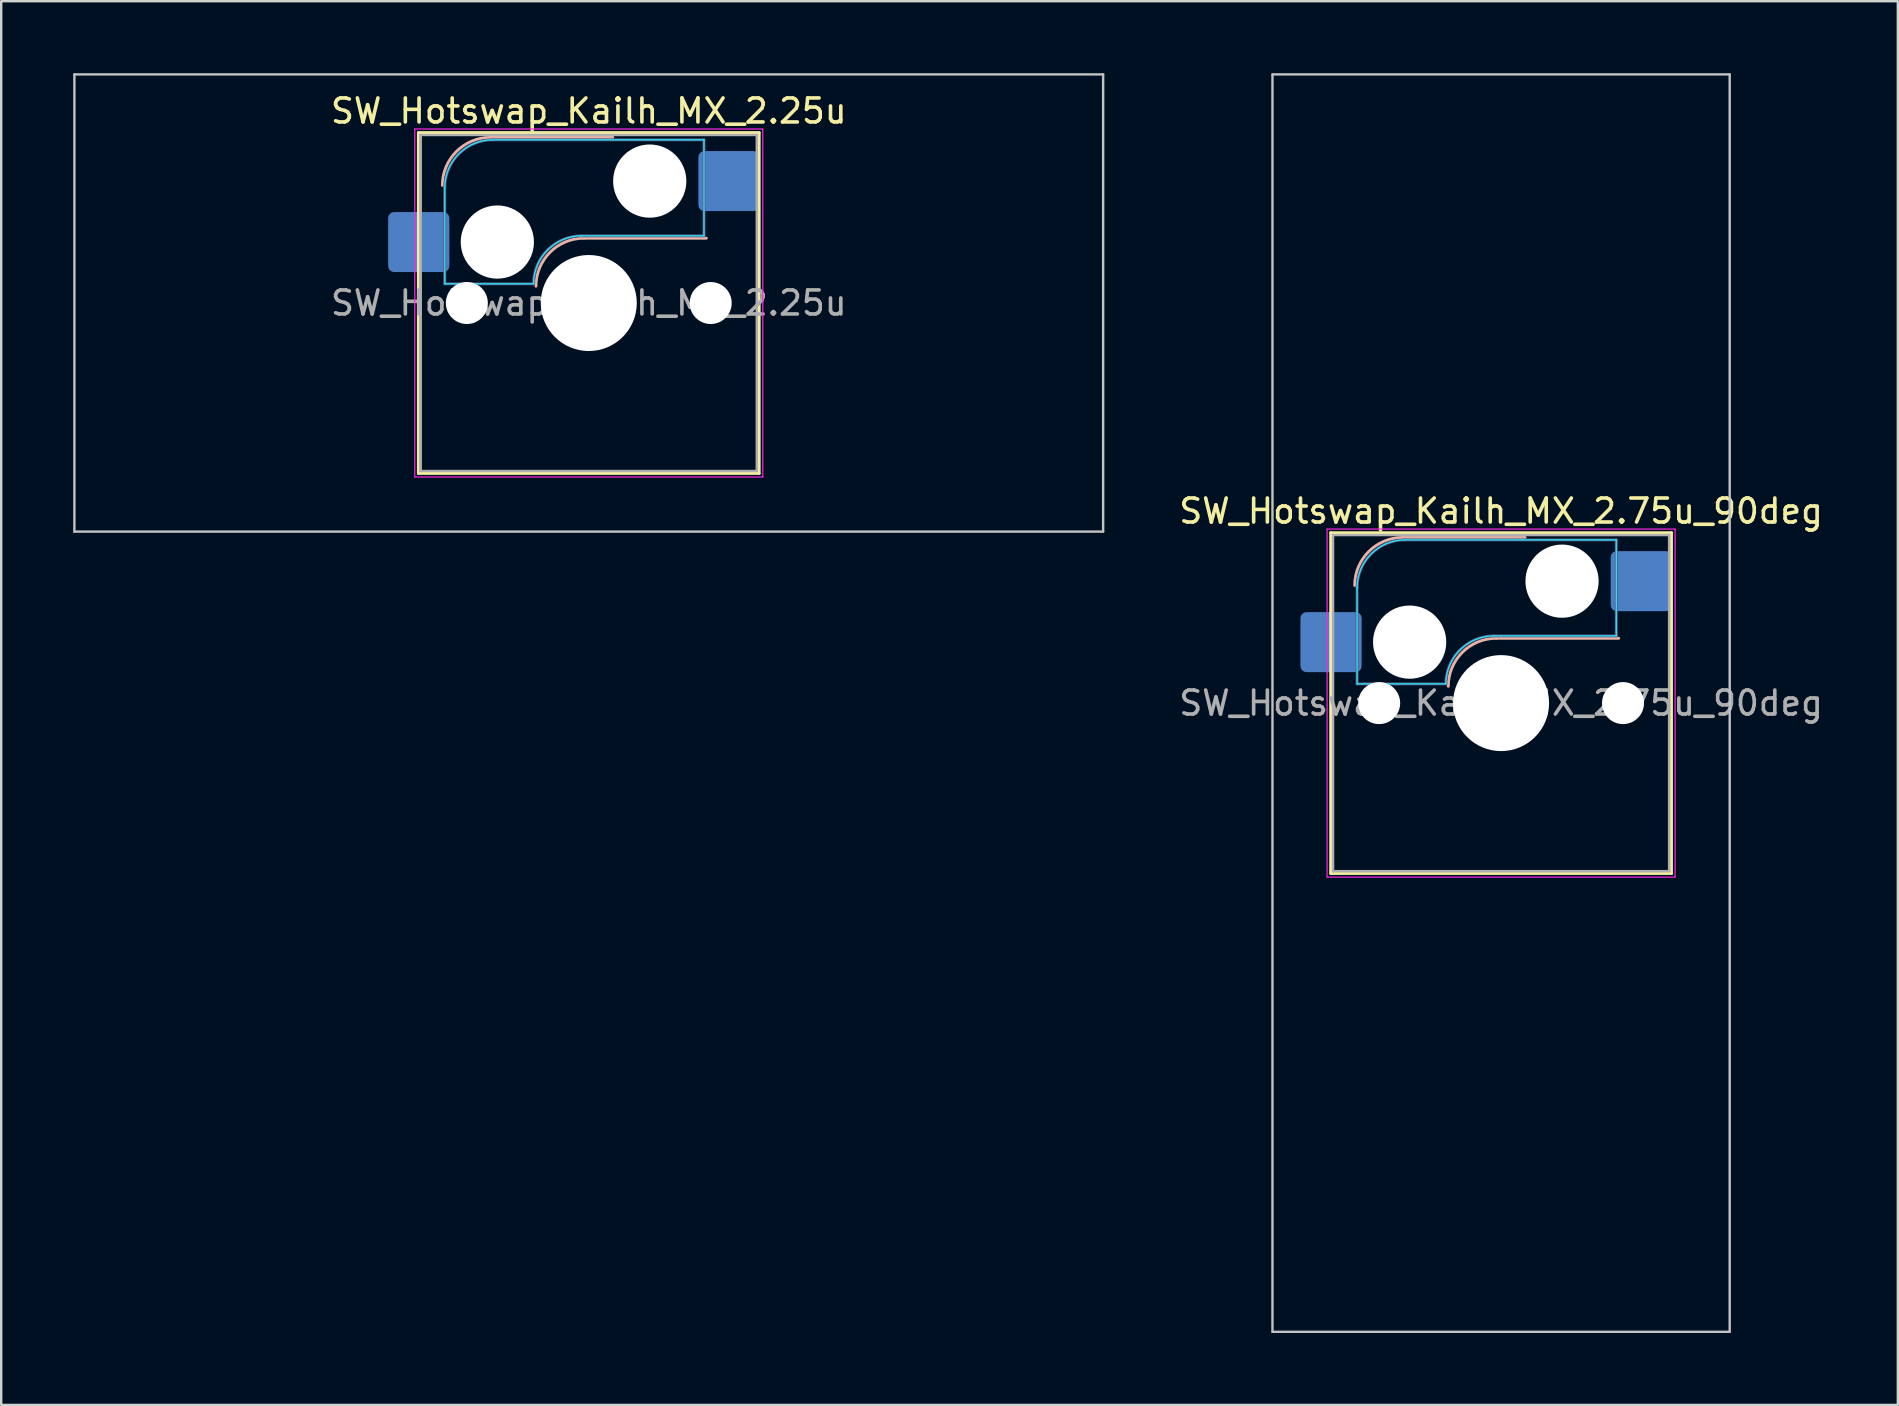
<source format=kicad_pcb>
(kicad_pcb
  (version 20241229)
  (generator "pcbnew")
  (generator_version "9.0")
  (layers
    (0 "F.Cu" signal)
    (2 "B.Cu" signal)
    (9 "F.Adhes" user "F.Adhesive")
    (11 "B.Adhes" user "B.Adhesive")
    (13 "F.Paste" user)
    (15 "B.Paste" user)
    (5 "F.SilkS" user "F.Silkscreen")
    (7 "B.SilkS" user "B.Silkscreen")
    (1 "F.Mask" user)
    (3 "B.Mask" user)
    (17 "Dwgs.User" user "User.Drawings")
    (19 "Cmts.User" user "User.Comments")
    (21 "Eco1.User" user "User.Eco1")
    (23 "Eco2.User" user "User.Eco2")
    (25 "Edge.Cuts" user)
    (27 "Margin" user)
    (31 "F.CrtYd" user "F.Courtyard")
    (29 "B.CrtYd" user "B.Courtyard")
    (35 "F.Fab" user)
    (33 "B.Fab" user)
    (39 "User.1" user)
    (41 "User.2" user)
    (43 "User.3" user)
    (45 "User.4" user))
  (footprint "SW_Hotswap_Kailh_MX_2.75u_90deg"
    (layer "F.Cu")
    (at 59.492 26.244)
    (property "Reference" "SW_Hotswap_Kailh_MX_2.75u_90deg" (at 0 -8 0) (layer "F.SilkS") (effects (font (size 1 1) (thickness 0.15))))
    (attr smd)
    (fp_line (start -7.1 -7.1) (end -7.1 7.1) (stroke (width 0.12) (type solid)) (layer "F.SilkS"))
    (fp_line (start -7.1 7.1) (end 7.1 7.1) (stroke (width 0.12) (type solid)) (layer "F.SilkS"))
    (fp_line (start 7.1 -7.1) (end -7.1 -7.1) (stroke (width 0.12) (type solid)) (layer "F.SilkS"))
    (fp_line (start 7.1 7.1) (end 7.1 -7.1) (stroke (width 0.12) (type solid)) (layer "F.SilkS"))
    (fp_line (start -4.1 -6.9) (end 1 -6.9) (stroke (width 0.12) (type solid)) (layer "B.SilkS"))
    (fp_line (start -0.2 -2.7) (end 4.9 -2.7) (stroke (width 0.12) (type solid)) (layer "B.SilkS"))
    (fp_arc (start -6.1 -4.9) (mid -5.514214 -6.314214) (end -4.1 -6.9) (stroke (width 0.12) (type solid)) (layer "B.SilkS"))
    (fp_arc (start -2.2 -0.7) (mid -1.614214 -2.114214) (end -0.2 -2.7) (stroke (width 0.12) (type solid)) (layer "B.SilkS"))
    (fp_line (start -9.525 -26.194) (end 9.525 -26.194) (stroke (width 0.1) (type solid)) (layer "Dwgs.User"))
    (fp_line (start -9.525 26.194) (end -9.525 -26.194) (stroke (width 0.1) (type solid)) (layer "Dwgs.User"))
    (fp_line (start 9.525 -26.194) (end 9.525 26.194) (stroke (width 0.1) (type solid)) (layer "Dwgs.User"))
    (fp_line (start 9.525 26.194) (end -9.525 26.194) (stroke (width 0.1) (type solid)) (layer "Dwgs.User"))
    (fp_line (start -7.8 -6) (end -7 -6) (stroke (width 0.1) (type solid)) (layer "Eco1.User"))
    (fp_line (start -7.8 -2.9) (end -7.8 -6) (stroke (width 0.1) (type solid)) (layer "Eco1.User"))
    (fp_line (start -7.8 2.9) (end -7 2.9) (stroke (width 0.1) (type solid)) (layer "Eco1.User"))
    (fp_line (start -7.8 6) (end -7.8 2.9) (stroke (width 0.1) (type solid)) (layer "Eco1.User"))
    (fp_line (start -7 -7) (end 7 -7) (stroke (width 0.1) (type solid)) (layer "Eco1.User"))
    (fp_line (start -7 -6) (end -7 -7) (stroke (width 0.1) (type solid)) (layer "Eco1.User"))
    (fp_line (start -7 -2.9) (end -7.8 -2.9) (stroke (width 0.1) (type solid)) (layer "Eco1.User"))
    (fp_line (start -7 2.9) (end -7 -2.9) (stroke (width 0.1) (type solid)) (layer "Eco1.User"))
    (fp_line (start -7 6) (end -7.8 6) (stroke (width 0.1) (type solid)) (layer "Eco1.User"))
    (fp_line (start -7 7) (end -7 6) (stroke (width 0.1) (type solid)) (layer "Eco1.User"))
    (fp_line (start 7 -7) (end 7 -6) (stroke (width 0.1) (type solid)) (layer "Eco1.User"))
    (fp_line (start 7 -6) (end 7.8 -6) (stroke (width 0.1) (type solid)) (layer "Eco1.User"))
    (fp_line (start 7 -2.9) (end 7 2.9) (stroke (width 0.1) (type solid)) (layer "Eco1.User"))
    (fp_line (start 7 2.9) (end 7.8 2.9) (stroke (width 0.1) (type solid)) (layer "Eco1.User"))
    (fp_line (start 7 6) (end 7 7) (stroke (width 0.1) (type solid)) (layer "Eco1.User"))
    (fp_line (start 7 7) (end -7 7) (stroke (width 0.1) (type solid)) (layer "Eco1.User"))
    (fp_line (start 7.8 -6) (end 7.8 -2.9) (stroke (width 0.1) (type solid)) (layer "Eco1.User"))
    (fp_line (start 7.8 -2.9) (end 7 -2.9) (stroke (width 0.1) (type solid)) (layer "Eco1.User"))
    (fp_line (start 7.8 2.9) (end 7.8 6) (stroke (width 0.1) (type solid)) (layer "Eco1.User"))
    (fp_line (start 7.8 6) (end 7 6) (stroke (width 0.1) (type solid)) (layer "Eco1.User"))
    (fp_line (start -6 -0.8) (end -6 -4.8) (stroke (width 0.05) (type solid)) (layer "B.CrtYd"))
    (fp_line (start -6 -0.8) (end -2.3 -0.8) (stroke (width 0.05) (type solid)) (layer "B.CrtYd"))
    (fp_line (start -4 -6.8) (end 4.8 -6.8) (stroke (width 0.05) (type solid)) (layer "B.CrtYd"))
    (fp_line (start -0.3 -2.8) (end 4.8 -2.8) (stroke (width 0.05) (type solid)) (layer "B.CrtYd"))
    (fp_line (start 4.8 -6.8) (end 4.8 -2.8) (stroke (width 0.05) (type solid)) (layer "B.CrtYd"))
    (fp_arc (start -6 -4.8) (mid -5.414214 -6.214214) (end -4 -6.8) (stroke (width 0.05) (type solid)) (layer "B.CrtYd"))
    (fp_arc (start -2.3 -0.8) (mid -1.714214 -2.214214) (end -0.3 -2.8) (stroke (width 0.05) (type solid)) (layer "B.CrtYd"))
    (fp_line (start -7.25 -7.25) (end -7.25 7.25) (stroke (width 0.05) (type solid)) (layer "F.CrtYd"))
    (fp_line (start -7.25 7.25) (end 7.25 7.25) (stroke (width 0.05) (type solid)) (layer "F.CrtYd"))
    (fp_line (start 7.25 -7.25) (end -7.25 -7.25) (stroke (width 0.05) (type solid)) (layer "F.CrtYd"))
    (fp_line (start 7.25 7.25) (end 7.25 -7.25) (stroke (width 0.05) (type solid)) (layer "F.CrtYd"))
    (fp_line (start -6 -0.8) (end -6 -4.8) (stroke (width 0.12) (type solid)) (layer "B.Fab"))
    (fp_line (start -6 -0.8) (end -2.3 -0.8) (stroke (width 0.12) (type solid)) (layer "B.Fab"))
    (fp_line (start -4 -6.8) (end 4.8 -6.8) (stroke (width 0.12) (type solid)) (layer "B.Fab"))
    (fp_line (start -0.3 -2.8) (end 4.8 -2.8) (stroke (width 0.12) (type solid)) (layer "B.Fab"))
    (fp_line (start 4.8 -6.8) (end 4.8 -2.8) (stroke (width 0.12) (type solid)) (layer "B.Fab"))
    (fp_arc (start -6 -4.8) (mid -5.414214 -6.214214) (end -4 -6.8) (stroke (width 0.12) (type solid)) (layer "B.Fab"))
    (fp_arc (start -2.3 -0.8) (mid -1.714214 -2.214214) (end -0.3 -2.8) (stroke (width 0.12) (type solid)) (layer "B.Fab"))
    (fp_line (start -7 -7) (end -7 7) (stroke (width 0.1) (type solid)) (layer "F.Fab"))
    (fp_line (start -7 7) (end 7 7) (stroke (width 0.1) (type solid)) (layer "F.Fab"))
    (fp_line (start 7 -7) (end -7 -7) (stroke (width 0.1) (type solid)) (layer "F.Fab"))
    (fp_line (start 7 7) (end 7 -7) (stroke (width 0.1) (type solid)) (layer "F.Fab"))
    (fp_text user "${REFERENCE}" (at 0 0 0) (layer "F.Fab") (effects (font (size 1 1) (thickness 0.15))))
    (pad "" np_thru_hole circle (at -5.08 0) (size 1.75 1.75) (drill 1.75) (layers "*.Cu" "*.Mask"))
    (pad "" np_thru_hole circle (at -3.81 -2.54) (size 3.05 3.05) (drill 3.05) (layers "*.Cu" "*.Mask"))
    (pad "" np_thru_hole circle (at 0 0) (size 4 4) (drill 4) (layers "*.Cu" "*.Mask"))
    (pad "" np_thru_hole circle (at 2.54 -5.08) (size 3.05 3.05) (drill 3.05) (layers "*.Cu" "*.Mask"))
    (pad "" np_thru_hole circle (at 5.08 0) (size 1.75 1.75) (drill 1.75) (layers "*.Cu" "*.Mask"))
    (pad "1" smd roundrect (at -7.085 -2.54) (size 2.55 2.5) (layers "B.Cu" "B.Mask" "B.Paste") (roundrect_rratio 0.1))
    (pad "2" smd roundrect (at 5.842 -5.08) (size 2.55 2.5) (layers "B.Cu" "B.Mask" "B.Paste") (roundrect_rratio 0.1)))
  (footprint "SW_Hotswap_Kailh_MX_2.25u"
    (layer "F.Cu")
    (at 21.481 9.575)
    (property "Reference" "SW_Hotswap_Kailh_MX_2.25u" (at 0 -8 0) (layer "F.SilkS") (effects (font (size 1 1) (thickness 0.15))))
    (attr smd)
    (fp_line (start -7.1 -7.1) (end -7.1 7.1) (stroke (width 0.12) (type solid)) (layer "F.SilkS"))
    (fp_line (start -7.1 7.1) (end 7.1 7.1) (stroke (width 0.12) (type solid)) (layer "F.SilkS"))
    (fp_line (start 7.1 -7.1) (end -7.1 -7.1) (stroke (width 0.12) (type solid)) (layer "F.SilkS"))
    (fp_line (start 7.1 7.1) (end 7.1 -7.1) (stroke (width 0.12) (type solid)) (layer "F.SilkS"))
    (fp_line (start -4.1 -6.9) (end 1 -6.9) (stroke (width 0.12) (type solid)) (layer "B.SilkS"))
    (fp_line (start -0.2 -2.7) (end 4.9 -2.7) (stroke (width 0.12) (type solid)) (layer "B.SilkS"))
    (fp_arc (start -6.1 -4.9) (mid -5.514214 -6.314214) (end -4.1 -6.9) (stroke (width 0.12) (type solid)) (layer "B.SilkS"))
    (fp_arc (start -2.2 -0.7) (mid -1.614214 -2.114214) (end -0.2 -2.7) (stroke (width 0.12) (type solid)) (layer "B.SilkS"))
    (fp_line (start -21.431 -9.525) (end -21.431 9.525) (stroke (width 0.1) (type solid)) (layer "Dwgs.User"))
    (fp_line (start -21.431 9.525) (end 21.431 9.525) (stroke (width 0.1) (type solid)) (layer "Dwgs.User"))
    (fp_line (start 21.431 -9.525) (end -21.431 -9.525) (stroke (width 0.1) (type solid)) (layer "Dwgs.User"))
    (fp_line (start 21.431 9.525) (end 21.431 -9.525) (stroke (width 0.1) (type solid)) (layer "Dwgs.User"))
    (fp_line (start -7.8 -6) (end -7 -6) (stroke (width 0.1) (type solid)) (layer "Eco1.User"))
    (fp_line (start -7.8 -2.9) (end -7.8 -6) (stroke (width 0.1) (type solid)) (layer "Eco1.User"))
    (fp_line (start -7.8 2.9) (end -7 2.9) (stroke (width 0.1) (type solid)) (layer "Eco1.User"))
    (fp_line (start -7.8 6) (end -7.8 2.9) (stroke (width 0.1) (type solid)) (layer "Eco1.User"))
    (fp_line (start -7 -7) (end 7 -7) (stroke (width 0.1) (type solid)) (layer "Eco1.User"))
    (fp_line (start -7 -6) (end -7 -7) (stroke (width 0.1) (type solid)) (layer "Eco1.User"))
    (fp_line (start -7 -2.9) (end -7.8 -2.9) (stroke (width 0.1) (type solid)) (layer "Eco1.User"))
    (fp_line (start -7 2.9) (end -7 -2.9) (stroke (width 0.1) (type solid)) (layer "Eco1.User"))
    (fp_line (start -7 6) (end -7.8 6) (stroke (width 0.1) (type solid)) (layer "Eco1.User"))
    (fp_line (start -7 7) (end -7 6) (stroke (width 0.1) (type solid)) (layer "Eco1.User"))
    (fp_line (start 7 -7) (end 7 -6) (stroke (width 0.1) (type solid)) (layer "Eco1.User"))
    (fp_line (start 7 -6) (end 7.8 -6) (stroke (width 0.1) (type solid)) (layer "Eco1.User"))
    (fp_line (start 7 -2.9) (end 7 2.9) (stroke (width 0.1) (type solid)) (layer "Eco1.User"))
    (fp_line (start 7 2.9) (end 7.8 2.9) (stroke (width 0.1) (type solid)) (layer "Eco1.User"))
    (fp_line (start 7 6) (end 7 7) (stroke (width 0.1) (type solid)) (layer "Eco1.User"))
    (fp_line (start 7 7) (end -7 7) (stroke (width 0.1) (type solid)) (layer "Eco1.User"))
    (fp_line (start 7.8 -6) (end 7.8 -2.9) (stroke (width 0.1) (type solid)) (layer "Eco1.User"))
    (fp_line (start 7.8 -2.9) (end 7 -2.9) (stroke (width 0.1) (type solid)) (layer "Eco1.User"))
    (fp_line (start 7.8 2.9) (end 7.8 6) (stroke (width 0.1) (type solid)) (layer "Eco1.User"))
    (fp_line (start 7.8 6) (end 7 6) (stroke (width 0.1) (type solid)) (layer "Eco1.User"))
    (fp_line (start -6 -0.8) (end -6 -4.8) (stroke (width 0.05) (type solid)) (layer "B.CrtYd"))
    (fp_line (start -6 -0.8) (end -2.3 -0.8) (stroke (width 0.05) (type solid)) (layer "B.CrtYd"))
    (fp_line (start -4 -6.8) (end 4.8 -6.8) (stroke (width 0.05) (type solid)) (layer "B.CrtYd"))
    (fp_line (start -0.3 -2.8) (end 4.8 -2.8) (stroke (width 0.05) (type solid)) (layer "B.CrtYd"))
    (fp_line (start 4.8 -6.8) (end 4.8 -2.8) (stroke (width 0.05) (type solid)) (layer "B.CrtYd"))
    (fp_arc (start -6 -4.8) (mid -5.414214 -6.214214) (end -4 -6.8) (stroke (width 0.05) (type solid)) (layer "B.CrtYd"))
    (fp_arc (start -2.3 -0.8) (mid -1.714214 -2.214214) (end -0.3 -2.8) (stroke (width 0.05) (type solid)) (layer "B.CrtYd"))
    (fp_line (start -7.25 -7.25) (end -7.25 7.25) (stroke (width 0.05) (type solid)) (layer "F.CrtYd"))
    (fp_line (start -7.25 7.25) (end 7.25 7.25) (stroke (width 0.05) (type solid)) (layer "F.CrtYd"))
    (fp_line (start 7.25 -7.25) (end -7.25 -7.25) (stroke (width 0.05) (type solid)) (layer "F.CrtYd"))
    (fp_line (start 7.25 7.25) (end 7.25 -7.25) (stroke (width 0.05) (type solid)) (layer "F.CrtYd"))
    (fp_line (start -6 -0.8) (end -6 -4.8) (stroke (width 0.12) (type solid)) (layer "B.Fab"))
    (fp_line (start -6 -0.8) (end -2.3 -0.8) (stroke (width 0.12) (type solid)) (layer "B.Fab"))
    (fp_line (start -4 -6.8) (end 4.8 -6.8) (stroke (width 0.12) (type solid)) (layer "B.Fab"))
    (fp_line (start -0.3 -2.8) (end 4.8 -2.8) (stroke (width 0.12) (type solid)) (layer "B.Fab"))
    (fp_line (start 4.8 -6.8) (end 4.8 -2.8) (stroke (width 0.12) (type solid)) (layer "B.Fab"))
    (fp_arc (start -6 -4.8) (mid -5.414214 -6.214214) (end -4 -6.8) (stroke (width 0.12) (type solid)) (layer "B.Fab"))
    (fp_arc (start -2.3 -0.8) (mid -1.714214 -2.214214) (end -0.3 -2.8) (stroke (width 0.12) (type solid)) (layer "B.Fab"))
    (fp_line (start -7 -7) (end -7 7) (stroke (width 0.1) (type solid)) (layer "F.Fab"))
    (fp_line (start -7 7) (end 7 7) (stroke (width 0.1) (type solid)) (layer "F.Fab"))
    (fp_line (start 7 -7) (end -7 -7) (stroke (width 0.1) (type solid)) (layer "F.Fab"))
    (fp_line (start 7 7) (end 7 -7) (stroke (width 0.1) (type solid)) (layer "F.Fab"))
    (fp_text user "${REFERENCE}" (at 0 0 0) (layer "F.Fab") (effects (font (size 1 1) (thickness 0.15))))
    (pad "" np_thru_hole circle (at -5.08 0) (size 1.75 1.75) (drill 1.75) (layers "*.Cu" "*.Mask"))
    (pad "" np_thru_hole circle (at -3.81 -2.54) (size 3.05 3.05) (drill 3.05) (layers "*.Cu" "*.Mask"))
    (pad "" np_thru_hole circle (at 0 0) (size 4 4) (drill 4) (layers "*.Cu" "*.Mask"))
    (pad "" np_thru_hole circle (at 2.54 -5.08) (size 3.05 3.05) (drill 3.05) (layers "*.Cu" "*.Mask"))
    (pad "" np_thru_hole circle (at 5.08 0) (size 1.75 1.75) (drill 1.75) (layers "*.Cu" "*.Mask"))
    (pad "1" smd roundrect (at -7.085 -2.54) (size 2.55 2.5) (layers "B.Cu" "B.Mask" "B.Paste") (roundrect_rratio 0.1))
    (pad "2" smd roundrect (at 5.842 -5.08) (size 2.55 2.5) (layers "B.Cu" "B.Mask" "B.Paste") (roundrect_rratio 0.1)))
  (gr_rect
    (start -3 -3)
    (end 76.022 55.487)
    (stroke (width 0.1) (type default))
    (fill no)
    (layer "Edge.Cuts")))
</source>
